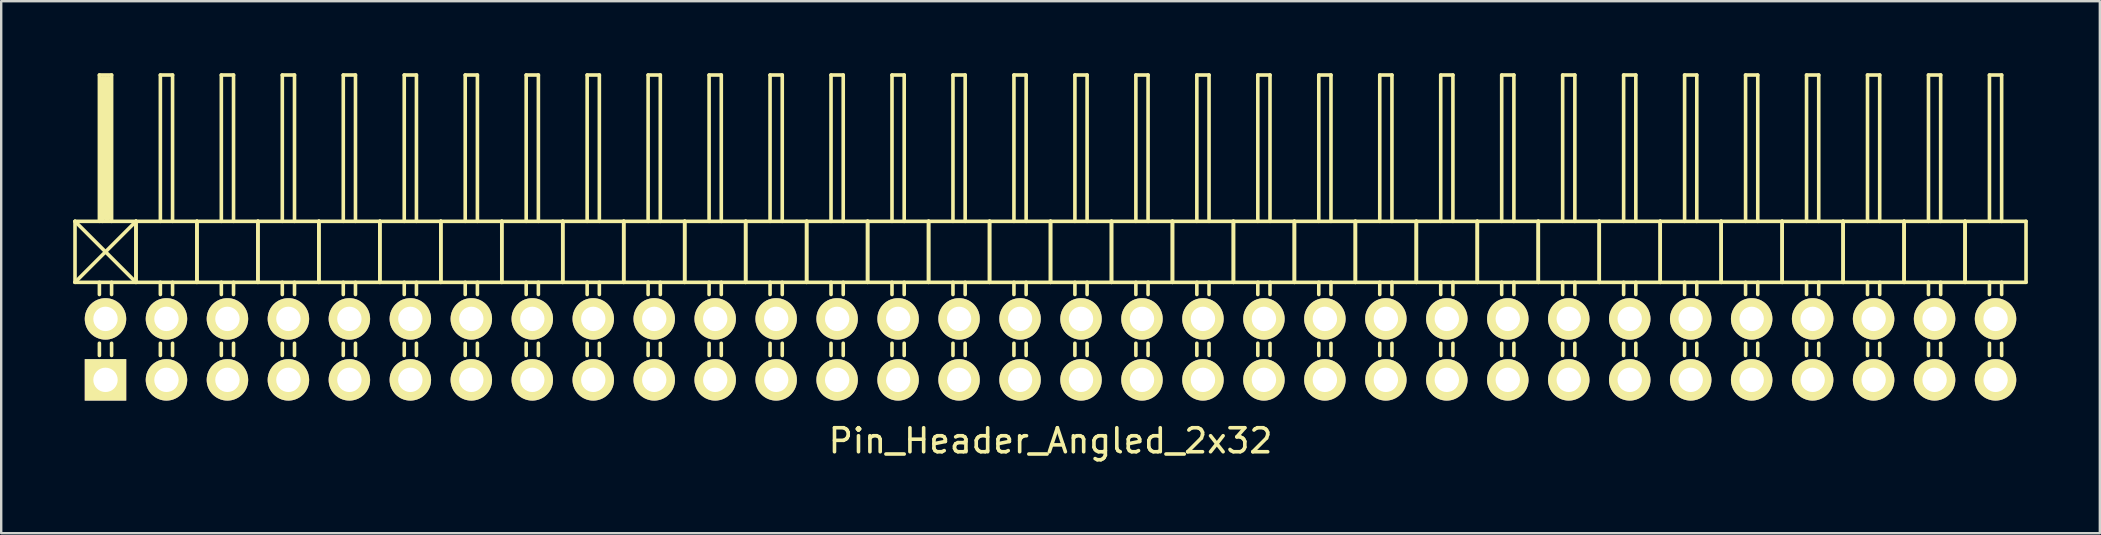
<source format=kicad_pcb>
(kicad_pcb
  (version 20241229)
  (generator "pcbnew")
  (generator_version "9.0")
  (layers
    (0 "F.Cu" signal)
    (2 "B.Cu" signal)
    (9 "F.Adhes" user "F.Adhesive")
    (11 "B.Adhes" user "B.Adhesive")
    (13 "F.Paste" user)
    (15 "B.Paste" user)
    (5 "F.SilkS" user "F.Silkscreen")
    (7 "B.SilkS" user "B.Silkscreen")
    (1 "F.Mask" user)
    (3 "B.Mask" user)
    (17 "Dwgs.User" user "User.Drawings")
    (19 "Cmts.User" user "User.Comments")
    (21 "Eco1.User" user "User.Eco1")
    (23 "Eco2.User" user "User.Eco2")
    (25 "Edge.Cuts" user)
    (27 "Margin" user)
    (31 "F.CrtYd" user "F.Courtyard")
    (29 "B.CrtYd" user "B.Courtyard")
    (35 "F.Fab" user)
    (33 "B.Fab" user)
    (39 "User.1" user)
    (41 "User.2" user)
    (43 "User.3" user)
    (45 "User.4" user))
  (footprint "Pin_Header_Angled_2x32"
    (layer "F.Cu")
    (at 40.715 11.505)
    (property "Reference" "Pin_Header_Angled_2x32" (at 0 3.81 0) (layer "F.SilkS") (effects (font (size 1 1) (thickness 0.15))))
    (attr through_hole)
    (fp_line (start -40.64 -5.334) (end -38.1 -2.794) (stroke (width 0.15) (type solid)) (layer "F.SilkS"))
    (fp_line (start -40.64 -2.794) (end -40.64 -5.334) (stroke (width 0.15) (type solid)) (layer "F.SilkS"))
    (fp_line (start -40.64 -2.794) (end -38.1 -5.334) (stroke (width 0.15) (type solid)) (layer "F.SilkS"))
    (fp_line (start -40.64 -2.794) (end -38.1 -2.794) (stroke (width 0.15) (type solid)) (layer "F.SilkS"))
    (fp_line (start -39.624 -11.43) (end -39.116 -11.43) (stroke (width 0.15) (type solid)) (layer "F.SilkS"))
    (fp_line (start -39.624 -5.334) (end -39.624 -11.43) (stroke (width 0.15) (type solid)) (layer "F.SilkS"))
    (fp_line (start -39.624 -2.794) (end -39.624 -2.286) (stroke (width 0.15) (type solid)) (layer "F.SilkS"))
    (fp_line (start -39.624 -0.254) (end -39.624 0.254) (stroke (width 0.15) (type solid)) (layer "F.SilkS"))
    (fp_line (start -39.497 -11.303) (end -39.243 -11.303) (stroke (width 0.15) (type solid)) (layer "F.SilkS"))
    (fp_line (start -39.497 -5.334) (end -39.497 -11.303) (stroke (width 0.15) (type solid)) (layer "F.SilkS"))
    (fp_line (start -39.37 -5.461) (end -39.37 -11.303) (stroke (width 0.15) (type solid)) (layer "F.SilkS"))
    (fp_line (start -39.243 -11.303) (end -39.243 -5.461) (stroke (width 0.15) (type solid)) (layer "F.SilkS"))
    (fp_line (start -39.243 -5.461) (end -39.37 -5.461) (stroke (width 0.15) (type solid)) (layer "F.SilkS"))
    (fp_line (start -39.116 -11.43) (end -39.116 -5.334) (stroke (width 0.15) (type solid)) (layer "F.SilkS"))
    (fp_line (start -39.116 -2.794) (end -39.116 -2.286) (stroke (width 0.15) (type solid)) (layer "F.SilkS"))
    (fp_line (start -39.116 -0.254) (end -39.116 0.254) (stroke (width 0.15) (type solid)) (layer "F.SilkS"))
    (fp_line (start -38.1 -5.334) (end -40.64 -5.334) (stroke (width 0.15) (type solid)) (layer "F.SilkS"))
    (fp_line (start -38.1 -2.794) (end -38.1 -5.334) (stroke (width 0.15) (type solid)) (layer "F.SilkS"))
    (fp_line (start -38.1 -2.794) (end -38.1 -5.334) (stroke (width 0.15) (type solid)) (layer "F.SilkS"))
    (fp_line (start -38.1 -2.794) (end -35.56 -2.794) (stroke (width 0.15) (type solid)) (layer "F.SilkS"))
    (fp_line (start -37.084 -11.43) (end -36.576 -11.43) (stroke (width 0.15) (type solid)) (layer "F.SilkS"))
    (fp_line (start -37.084 -5.334) (end -37.084 -11.43) (stroke (width 0.15) (type solid)) (layer "F.SilkS"))
    (fp_line (start -37.084 -2.794) (end -37.084 -2.286) (stroke (width 0.15) (type solid)) (layer "F.SilkS"))
    (fp_line (start -37.084 -0.254) (end -37.084 0.254) (stroke (width 0.15) (type solid)) (layer "F.SilkS"))
    (fp_line (start -36.576 -11.43) (end -36.576 -5.334) (stroke (width 0.15) (type solid)) (layer "F.SilkS"))
    (fp_line (start -36.576 -2.794) (end -36.576 -2.286) (stroke (width 0.15) (type solid)) (layer "F.SilkS"))
    (fp_line (start -36.576 -0.254) (end -36.576 0.254) (stroke (width 0.15) (type solid)) (layer "F.SilkS"))
    (fp_line (start -35.56 -5.334) (end -38.1 -5.334) (stroke (width 0.15) (type solid)) (layer "F.SilkS"))
    (fp_line (start -35.56 -2.794) (end -35.56 -5.334) (stroke (width 0.15) (type solid)) (layer "F.SilkS"))
    (fp_line (start -35.56 -2.794) (end -35.56 -5.334) (stroke (width 0.15) (type solid)) (layer "F.SilkS"))
    (fp_line (start -35.56 -2.794) (end -33.02 -2.794) (stroke (width 0.15) (type solid)) (layer "F.SilkS"))
    (fp_line (start -34.544 -11.43) (end -34.036 -11.43) (stroke (width 0.15) (type solid)) (layer "F.SilkS"))
    (fp_line (start -34.544 -5.334) (end -34.544 -11.43) (stroke (width 0.15) (type solid)) (layer "F.SilkS"))
    (fp_line (start -34.544 -2.794) (end -34.544 -2.286) (stroke (width 0.15) (type solid)) (layer "F.SilkS"))
    (fp_line (start -34.544 -0.254) (end -34.544 0.254) (stroke (width 0.15) (type solid)) (layer "F.SilkS"))
    (fp_line (start -34.036 -11.43) (end -34.036 -5.334) (stroke (width 0.15) (type solid)) (layer "F.SilkS"))
    (fp_line (start -34.036 -2.794) (end -34.036 -2.286) (stroke (width 0.15) (type solid)) (layer "F.SilkS"))
    (fp_line (start -34.036 -0.254) (end -34.036 0.254) (stroke (width 0.15) (type solid)) (layer "F.SilkS"))
    (fp_line (start -33.02 -5.334) (end -35.56 -5.334) (stroke (width 0.15) (type solid)) (layer "F.SilkS"))
    (fp_line (start -33.02 -2.794) (end -33.02 -5.334) (stroke (width 0.15) (type solid)) (layer "F.SilkS"))
    (fp_line (start -33.02 -2.794) (end -33.02 -5.334) (stroke (width 0.15) (type solid)) (layer "F.SilkS"))
    (fp_line (start -33.02 -2.794) (end -30.48 -2.794) (stroke (width 0.15) (type solid)) (layer "F.SilkS"))
    (fp_line (start -32.004 -11.43) (end -31.496 -11.43) (stroke (width 0.15) (type solid)) (layer "F.SilkS"))
    (fp_line (start -32.004 -5.334) (end -32.004 -11.43) (stroke (width 0.15) (type solid)) (layer "F.SilkS"))
    (fp_line (start -32.004 -2.794) (end -32.004 -2.286) (stroke (width 0.15) (type solid)) (layer "F.SilkS"))
    (fp_line (start -32.004 -0.254) (end -32.004 0.254) (stroke (width 0.15) (type solid)) (layer "F.SilkS"))
    (fp_line (start -31.496 -11.43) (end -31.496 -5.334) (stroke (width 0.15) (type solid)) (layer "F.SilkS"))
    (fp_line (start -31.496 -2.794) (end -31.496 -2.286) (stroke (width 0.15) (type solid)) (layer "F.SilkS"))
    (fp_line (start -31.496 -0.254) (end -31.496 0.254) (stroke (width 0.15) (type solid)) (layer "F.SilkS"))
    (fp_line (start -30.48 -5.334) (end -33.02 -5.334) (stroke (width 0.15) (type solid)) (layer "F.SilkS"))
    (fp_line (start -30.48 -2.794) (end -30.48 -5.334) (stroke (width 0.15) (type solid)) (layer "F.SilkS"))
    (fp_line (start -30.48 -2.794) (end -30.48 -5.334) (stroke (width 0.15) (type solid)) (layer "F.SilkS"))
    (fp_line (start -30.48 -2.794) (end -27.94 -2.794) (stroke (width 0.15) (type solid)) (layer "F.SilkS"))
    (fp_line (start -29.464 -11.43) (end -28.956 -11.43) (stroke (width 0.15) (type solid)) (layer "F.SilkS"))
    (fp_line (start -29.464 -5.334) (end -29.464 -11.43) (stroke (width 0.15) (type solid)) (layer "F.SilkS"))
    (fp_line (start -29.464 -2.794) (end -29.464 -2.286) (stroke (width 0.15) (type solid)) (layer "F.SilkS"))
    (fp_line (start -29.464 -0.254) (end -29.464 0.254) (stroke (width 0.15) (type solid)) (layer "F.SilkS"))
    (fp_line (start -28.956 -11.43) (end -28.956 -5.334) (stroke (width 0.15) (type solid)) (layer "F.SilkS"))
    (fp_line (start -28.956 -2.794) (end -28.956 -2.286) (stroke (width 0.15) (type solid)) (layer "F.SilkS"))
    (fp_line (start -28.956 -0.254) (end -28.956 0.254) (stroke (width 0.15) (type solid)) (layer "F.SilkS"))
    (fp_line (start -27.94 -5.334) (end -30.48 -5.334) (stroke (width 0.15) (type solid)) (layer "F.SilkS"))
    (fp_line (start -27.94 -2.794) (end -27.94 -5.334) (stroke (width 0.15) (type solid)) (layer "F.SilkS"))
    (fp_line (start -27.94 -2.794) (end -27.94 -5.334) (stroke (width 0.15) (type solid)) (layer "F.SilkS"))
    (fp_line (start -27.94 -2.794) (end -25.4 -2.794) (stroke (width 0.15) (type solid)) (layer "F.SilkS"))
    (fp_line (start -26.924 -11.43) (end -26.416 -11.43) (stroke (width 0.15) (type solid)) (layer "F.SilkS"))
    (fp_line (start -26.924 -5.334) (end -26.924 -11.43) (stroke (width 0.15) (type solid)) (layer "F.SilkS"))
    (fp_line (start -26.924 -2.794) (end -26.924 -2.286) (stroke (width 0.15) (type solid)) (layer "F.SilkS"))
    (fp_line (start -26.924 -0.254) (end -26.924 0.254) (stroke (width 0.15) (type solid)) (layer "F.SilkS"))
    (fp_line (start -26.416 -11.43) (end -26.416 -5.334) (stroke (width 0.15) (type solid)) (layer "F.SilkS"))
    (fp_line (start -26.416 -2.794) (end -26.416 -2.286) (stroke (width 0.15) (type solid)) (layer "F.SilkS"))
    (fp_line (start -26.416 -0.254) (end -26.416 0.254) (stroke (width 0.15) (type solid)) (layer "F.SilkS"))
    (fp_line (start -25.4 -5.334) (end -27.94 -5.334) (stroke (width 0.15) (type solid)) (layer "F.SilkS"))
    (fp_line (start -25.4 -2.794) (end -25.4 -5.334) (stroke (width 0.15) (type solid)) (layer "F.SilkS"))
    (fp_line (start -25.4 -2.794) (end -25.4 -5.334) (stroke (width 0.15) (type solid)) (layer "F.SilkS"))
    (fp_line (start -25.4 -2.794) (end -22.86 -2.794) (stroke (width 0.15) (type solid)) (layer "F.SilkS"))
    (fp_line (start -24.384 -11.43) (end -23.876 -11.43) (stroke (width 0.15) (type solid)) (layer "F.SilkS"))
    (fp_line (start -24.384 -5.334) (end -24.384 -11.43) (stroke (width 0.15) (type solid)) (layer "F.SilkS"))
    (fp_line (start -24.384 -2.794) (end -24.384 -2.286) (stroke (width 0.15) (type solid)) (layer "F.SilkS"))
    (fp_line (start -24.384 -0.254) (end -24.384 0.254) (stroke (width 0.15) (type solid)) (layer "F.SilkS"))
    (fp_line (start -23.876 -11.43) (end -23.876 -5.334) (stroke (width 0.15) (type solid)) (layer "F.SilkS"))
    (fp_line (start -23.876 -2.794) (end -23.876 -2.286) (stroke (width 0.15) (type solid)) (layer "F.SilkS"))
    (fp_line (start -23.876 -0.254) (end -23.876 0.254) (stroke (width 0.15) (type solid)) (layer "F.SilkS"))
    (fp_line (start -22.86 -5.334) (end -25.4 -5.334) (stroke (width 0.15) (type solid)) (layer "F.SilkS"))
    (fp_line (start -22.86 -2.794) (end -22.86 -5.334) (stroke (width 0.15) (type solid)) (layer "F.SilkS"))
    (fp_line (start -22.86 -2.794) (end -22.86 -5.334) (stroke (width 0.15) (type solid)) (layer "F.SilkS"))
    (fp_line (start -22.86 -2.794) (end -20.32 -2.794) (stroke (width 0.15) (type solid)) (layer "F.SilkS"))
    (fp_line (start -21.844 -11.43) (end -21.336 -11.43) (stroke (width 0.15) (type solid)) (layer "F.SilkS"))
    (fp_line (start -21.844 -5.334) (end -21.844 -11.43) (stroke (width 0.15) (type solid)) (layer "F.SilkS"))
    (fp_line (start -21.844 -2.794) (end -21.844 -2.286) (stroke (width 0.15) (type solid)) (layer "F.SilkS"))
    (fp_line (start -21.844 -0.254) (end -21.844 0.254) (stroke (width 0.15) (type solid)) (layer "F.SilkS"))
    (fp_line (start -21.336 -11.43) (end -21.336 -5.334) (stroke (width 0.15) (type solid)) (layer "F.SilkS"))
    (fp_line (start -21.336 -2.794) (end -21.336 -2.286) (stroke (width 0.15) (type solid)) (layer "F.SilkS"))
    (fp_line (start -21.336 -0.254) (end -21.336 0.254) (stroke (width 0.15) (type solid)) (layer "F.SilkS"))
    (fp_line (start -20.32 -5.334) (end -22.86 -5.334) (stroke (width 0.15) (type solid)) (layer "F.SilkS"))
    (fp_line (start -20.32 -2.794) (end -20.32 -5.334) (stroke (width 0.15) (type solid)) (layer "F.SilkS"))
    (fp_line (start -20.32 -2.794) (end -20.32 -5.334) (stroke (width 0.15) (type solid)) (layer "F.SilkS"))
    (fp_line (start -20.32 -2.794) (end -17.78 -2.794) (stroke (width 0.15) (type solid)) (layer "F.SilkS"))
    (fp_line (start -19.304 -11.43) (end -18.796 -11.43) (stroke (width 0.15) (type solid)) (layer "F.SilkS"))
    (fp_line (start -19.304 -5.334) (end -19.304 -11.43) (stroke (width 0.15) (type solid)) (layer "F.SilkS"))
    (fp_line (start -19.304 -2.794) (end -19.304 -2.286) (stroke (width 0.15) (type solid)) (layer "F.SilkS"))
    (fp_line (start -19.304 -0.254) (end -19.304 0.254) (stroke (width 0.15) (type solid)) (layer "F.SilkS"))
    (fp_line (start -18.796 -11.43) (end -18.796 -5.334) (stroke (width 0.15) (type solid)) (layer "F.SilkS"))
    (fp_line (start -18.796 -2.794) (end -18.796 -2.286) (stroke (width 0.15) (type solid)) (layer "F.SilkS"))
    (fp_line (start -18.796 -0.254) (end -18.796 0.254) (stroke (width 0.15) (type solid)) (layer "F.SilkS"))
    (fp_line (start -17.78 -5.334) (end -20.32 -5.334) (stroke (width 0.15) (type solid)) (layer "F.SilkS"))
    (fp_line (start -17.78 -2.794) (end -17.78 -5.334) (stroke (width 0.15) (type solid)) (layer "F.SilkS"))
    (fp_line (start -17.78 -2.794) (end -17.78 -5.334) (stroke (width 0.15) (type solid)) (layer "F.SilkS"))
    (fp_line (start -17.78 -2.794) (end -15.24 -2.794) (stroke (width 0.15) (type solid)) (layer "F.SilkS"))
    (fp_line (start -16.764 -11.43) (end -16.256 -11.43) (stroke (width 0.15) (type solid)) (layer "F.SilkS"))
    (fp_line (start -16.764 -5.334) (end -16.764 -11.43) (stroke (width 0.15) (type solid)) (layer "F.SilkS"))
    (fp_line (start -16.764 -2.794) (end -16.764 -2.286) (stroke (width 0.15) (type solid)) (layer "F.SilkS"))
    (fp_line (start -16.764 -0.254) (end -16.764 0.254) (stroke (width 0.15) (type solid)) (layer "F.SilkS"))
    (fp_line (start -16.256 -11.43) (end -16.256 -5.334) (stroke (width 0.15) (type solid)) (layer "F.SilkS"))
    (fp_line (start -16.256 -2.794) (end -16.256 -2.286) (stroke (width 0.15) (type solid)) (layer "F.SilkS"))
    (fp_line (start -16.256 -0.254) (end -16.256 0.254) (stroke (width 0.15) (type solid)) (layer "F.SilkS"))
    (fp_line (start -15.24 -5.334) (end -17.78 -5.334) (stroke (width 0.15) (type solid)) (layer "F.SilkS"))
    (fp_line (start -15.24 -2.794) (end -15.24 -5.334) (stroke (width 0.15) (type solid)) (layer "F.SilkS"))
    (fp_line (start -15.24 -2.794) (end -15.24 -5.334) (stroke (width 0.15) (type solid)) (layer "F.SilkS"))
    (fp_line (start -15.24 -2.794) (end -12.7 -2.794) (stroke (width 0.15) (type solid)) (layer "F.SilkS"))
    (fp_line (start -14.224 -11.43) (end -13.716 -11.43) (stroke (width 0.15) (type solid)) (layer "F.SilkS"))
    (fp_line (start -14.224 -5.334) (end -14.224 -11.43) (stroke (width 0.15) (type solid)) (layer "F.SilkS"))
    (fp_line (start -14.224 -2.794) (end -14.224 -2.286) (stroke (width 0.15) (type solid)) (layer "F.SilkS"))
    (fp_line (start -14.224 -0.254) (end -14.224 0.254) (stroke (width 0.15) (type solid)) (layer "F.SilkS"))
    (fp_line (start -13.716 -11.43) (end -13.716 -5.334) (stroke (width 0.15) (type solid)) (layer "F.SilkS"))
    (fp_line (start -13.716 -2.794) (end -13.716 -2.286) (stroke (width 0.15) (type solid)) (layer "F.SilkS"))
    (fp_line (start -13.716 -0.254) (end -13.716 0.254) (stroke (width 0.15) (type solid)) (layer "F.SilkS"))
    (fp_line (start -12.7 -5.334) (end -15.24 -5.334) (stroke (width 0.15) (type solid)) (layer "F.SilkS"))
    (fp_line (start -12.7 -2.794) (end -12.7 -5.334) (stroke (width 0.15) (type solid)) (layer "F.SilkS"))
    (fp_line (start -12.7 -2.794) (end -12.7 -5.334) (stroke (width 0.15) (type solid)) (layer "F.SilkS"))
    (fp_line (start -12.7 -2.794) (end -10.16 -2.794) (stroke (width 0.15) (type solid)) (layer "F.SilkS"))
    (fp_line (start -11.684 -11.43) (end -11.176 -11.43) (stroke (width 0.15) (type solid)) (layer "F.SilkS"))
    (fp_line (start -11.684 -5.334) (end -11.684 -11.43) (stroke (width 0.15) (type solid)) (layer "F.SilkS"))
    (fp_line (start -11.684 -2.794) (end -11.684 -2.286) (stroke (width 0.15) (type solid)) (layer "F.SilkS"))
    (fp_line (start -11.684 -0.254) (end -11.684 0.254) (stroke (width 0.15) (type solid)) (layer "F.SilkS"))
    (fp_line (start -11.176 -11.43) (end -11.176 -5.334) (stroke (width 0.15) (type solid)) (layer "F.SilkS"))
    (fp_line (start -11.176 -2.794) (end -11.176 -2.286) (stroke (width 0.15) (type solid)) (layer "F.SilkS"))
    (fp_line (start -11.176 -0.254) (end -11.176 0.254) (stroke (width 0.15) (type solid)) (layer "F.SilkS"))
    (fp_line (start -10.16 -5.334) (end -12.7 -5.334) (stroke (width 0.15) (type solid)) (layer "F.SilkS"))
    (fp_line (start -10.16 -2.794) (end -10.16 -5.334) (stroke (width 0.15) (type solid)) (layer "F.SilkS"))
    (fp_line (start -10.16 -2.794) (end -10.16 -5.334) (stroke (width 0.15) (type solid)) (layer "F.SilkS"))
    (fp_line (start -10.16 -2.794) (end -7.62 -2.794) (stroke (width 0.15) (type solid)) (layer "F.SilkS"))
    (fp_line (start -9.144 -11.43) (end -8.636 -11.43) (stroke (width 0.15) (type solid)) (layer "F.SilkS"))
    (fp_line (start -9.144 -5.334) (end -9.144 -11.43) (stroke (width 0.15) (type solid)) (layer "F.SilkS"))
    (fp_line (start -9.144 -2.794) (end -9.144 -2.286) (stroke (width 0.15) (type solid)) (layer "F.SilkS"))
    (fp_line (start -9.144 -0.254) (end -9.144 0.254) (stroke (width 0.15) (type solid)) (layer "F.SilkS"))
    (fp_line (start -8.636 -11.43) (end -8.636 -5.334) (stroke (width 0.15) (type solid)) (layer "F.SilkS"))
    (fp_line (start -8.636 -2.794) (end -8.636 -2.286) (stroke (width 0.15) (type solid)) (layer "F.SilkS"))
    (fp_line (start -8.636 -0.254) (end -8.636 0.254) (stroke (width 0.15) (type solid)) (layer "F.SilkS"))
    (fp_line (start -7.62 -5.334) (end -10.16 -5.334) (stroke (width 0.15) (type solid)) (layer "F.SilkS"))
    (fp_line (start -7.62 -2.794) (end -7.62 -5.334) (stroke (width 0.15) (type solid)) (layer "F.SilkS"))
    (fp_line (start -7.62 -2.794) (end -7.62 -5.334) (stroke (width 0.15) (type solid)) (layer "F.SilkS"))
    (fp_line (start -7.62 -2.794) (end -5.08 -2.794) (stroke (width 0.15) (type solid)) (layer "F.SilkS"))
    (fp_line (start -6.604 -11.43) (end -6.096 -11.43) (stroke (width 0.15) (type solid)) (layer "F.SilkS"))
    (fp_line (start -6.604 -5.334) (end -6.604 -11.43) (stroke (width 0.15) (type solid)) (layer "F.SilkS"))
    (fp_line (start -6.604 -2.794) (end -6.604 -2.286) (stroke (width 0.15) (type solid)) (layer "F.SilkS"))
    (fp_line (start -6.604 -0.254) (end -6.604 0.254) (stroke (width 0.15) (type solid)) (layer "F.SilkS"))
    (fp_line (start -6.096 -11.43) (end -6.096 -5.334) (stroke (width 0.15) (type solid)) (layer "F.SilkS"))
    (fp_line (start -6.096 -2.794) (end -6.096 -2.286) (stroke (width 0.15) (type solid)) (layer "F.SilkS"))
    (fp_line (start -6.096 -0.254) (end -6.096 0.254) (stroke (width 0.15) (type solid)) (layer "F.SilkS"))
    (fp_line (start -5.08 -5.334) (end -7.62 -5.334) (stroke (width 0.15) (type solid)) (layer "F.SilkS"))
    (fp_line (start -5.08 -2.794) (end -5.08 -5.334) (stroke (width 0.15) (type solid)) (layer "F.SilkS"))
    (fp_line (start -5.08 -2.794) (end -5.08 -5.334) (stroke (width 0.15) (type solid)) (layer "F.SilkS"))
    (fp_line (start -5.08 -2.794) (end -2.54 -2.794) (stroke (width 0.15) (type solid)) (layer "F.SilkS"))
    (fp_line (start -4.064 -11.43) (end -3.556 -11.43) (stroke (width 0.15) (type solid)) (layer "F.SilkS"))
    (fp_line (start -4.064 -5.334) (end -4.064 -11.43) (stroke (width 0.15) (type solid)) (layer "F.SilkS"))
    (fp_line (start -4.064 -2.794) (end -4.064 -2.286) (stroke (width 0.15) (type solid)) (layer "F.SilkS"))
    (fp_line (start -4.064 -0.254) (end -4.064 0.254) (stroke (width 0.15) (type solid)) (layer "F.SilkS"))
    (fp_line (start -3.556 -11.43) (end -3.556 -5.334) (stroke (width 0.15) (type solid)) (layer "F.SilkS"))
    (fp_line (start -3.556 -2.794) (end -3.556 -2.286) (stroke (width 0.15) (type solid)) (layer "F.SilkS"))
    (fp_line (start -3.556 -0.254) (end -3.556 0.254) (stroke (width 0.15) (type solid)) (layer "F.SilkS"))
    (fp_line (start -2.54 -5.334) (end -5.08 -5.334) (stroke (width 0.15) (type solid)) (layer "F.SilkS"))
    (fp_line (start -2.54 -2.794) (end -2.54 -5.334) (stroke (width 0.15) (type solid)) (layer "F.SilkS"))
    (fp_line (start -2.54 -2.794) (end -2.54 -5.334) (stroke (width 0.15) (type solid)) (layer "F.SilkS"))
    (fp_line (start -2.54 -2.794) (end 0 -2.794) (stroke (width 0.15) (type solid)) (layer "F.SilkS"))
    (fp_line (start -1.524 -11.43) (end -1.016 -11.43) (stroke (width 0.15) (type solid)) (layer "F.SilkS"))
    (fp_line (start -1.524 -5.334) (end -1.524 -11.43) (stroke (width 0.15) (type solid)) (layer "F.SilkS"))
    (fp_line (start -1.524 -2.794) (end -1.524 -2.286) (stroke (width 0.15) (type solid)) (layer "F.SilkS"))
    (fp_line (start -1.524 -0.254) (end -1.524 0.254) (stroke (width 0.15) (type solid)) (layer "F.SilkS"))
    (fp_line (start -1.016 -11.43) (end -1.016 -5.334) (stroke (width 0.15) (type solid)) (layer "F.SilkS"))
    (fp_line (start -1.016 -2.794) (end -1.016 -2.286) (stroke (width 0.15) (type solid)) (layer "F.SilkS"))
    (fp_line (start -1.016 -0.254) (end -1.016 0.254) (stroke (width 0.15) (type solid)) (layer "F.SilkS"))
    (fp_line (start 0 -5.334) (end -2.54 -5.334) (stroke (width 0.15) (type solid)) (layer "F.SilkS"))
    (fp_line (start 0 -2.794) (end 0 -5.334) (stroke (width 0.15) (type solid)) (layer "F.SilkS"))
    (fp_line (start 0 -2.794) (end 0 -5.334) (stroke (width 0.15) (type solid)) (layer "F.SilkS"))
    (fp_line (start 0 -2.794) (end 2.54 -2.794) (stroke (width 0.15) (type solid)) (layer "F.SilkS"))
    (fp_line (start 1.016 -11.43) (end 1.524 -11.43) (stroke (width 0.15) (type solid)) (layer "F.SilkS"))
    (fp_line (start 1.016 -5.334) (end 1.016 -11.43) (stroke (width 0.15) (type solid)) (layer "F.SilkS"))
    (fp_line (start 1.016 -2.794) (end 1.016 -2.286) (stroke (width 0.15) (type solid)) (layer "F.SilkS"))
    (fp_line (start 1.016 -0.254) (end 1.016 0.254) (stroke (width 0.15) (type solid)) (layer "F.SilkS"))
    (fp_line (start 1.524 -11.43) (end 1.524 -5.334) (stroke (width 0.15) (type solid)) (layer "F.SilkS"))
    (fp_line (start 1.524 -2.794) (end 1.524 -2.286) (stroke (width 0.15) (type solid)) (layer "F.SilkS"))
    (fp_line (start 1.524 -0.254) (end 1.524 0.254) (stroke (width 0.15) (type solid)) (layer "F.SilkS"))
    (fp_line (start 2.54 -5.334) (end 0 -5.334) (stroke (width 0.15) (type solid)) (layer "F.SilkS"))
    (fp_line (start 2.54 -2.794) (end 2.54 -5.334) (stroke (width 0.15) (type solid)) (layer "F.SilkS"))
    (fp_line (start 2.54 -2.794) (end 2.54 -5.334) (stroke (width 0.15) (type solid)) (layer "F.SilkS"))
    (fp_line (start 2.54 -2.794) (end 5.08 -2.794) (stroke (width 0.15) (type solid)) (layer "F.SilkS"))
    (fp_line (start 3.556 -11.43) (end 4.064 -11.43) (stroke (width 0.15) (type solid)) (layer "F.SilkS"))
    (fp_line (start 3.556 -5.334) (end 3.556 -11.43) (stroke (width 0.15) (type solid)) (layer "F.SilkS"))
    (fp_line (start 3.556 -2.794) (end 3.556 -2.286) (stroke (width 0.15) (type solid)) (layer "F.SilkS"))
    (fp_line (start 3.556 -0.254) (end 3.556 0.254) (stroke (width 0.15) (type solid)) (layer "F.SilkS"))
    (fp_line (start 4.064 -11.43) (end 4.064 -5.334) (stroke (width 0.15) (type solid)) (layer "F.SilkS"))
    (fp_line (start 4.064 -2.794) (end 4.064 -2.286) (stroke (width 0.15) (type solid)) (layer "F.SilkS"))
    (fp_line (start 4.064 -0.254) (end 4.064 0.254) (stroke (width 0.15) (type solid)) (layer "F.SilkS"))
    (fp_line (start 5.08 -5.334) (end 2.54 -5.334) (stroke (width 0.15) (type solid)) (layer "F.SilkS"))
    (fp_line (start 5.08 -2.794) (end 5.08 -5.334) (stroke (width 0.15) (type solid)) (layer "F.SilkS"))
    (fp_line (start 5.08 -2.794) (end 5.08 -5.334) (stroke (width 0.15) (type solid)) (layer "F.SilkS"))
    (fp_line (start 5.08 -2.794) (end 7.62 -2.794) (stroke (width 0.15) (type solid)) (layer "F.SilkS"))
    (fp_line (start 6.096 -11.43) (end 6.604 -11.43) (stroke (width 0.15) (type solid)) (layer "F.SilkS"))
    (fp_line (start 6.096 -5.334) (end 6.096 -11.43) (stroke (width 0.15) (type solid)) (layer "F.SilkS"))
    (fp_line (start 6.096 -2.794) (end 6.096 -2.286) (stroke (width 0.15) (type solid)) (layer "F.SilkS"))
    (fp_line (start 6.096 -0.254) (end 6.096 0.254) (stroke (width 0.15) (type solid)) (layer "F.SilkS"))
    (fp_line (start 6.604 -11.43) (end 6.604 -5.334) (stroke (width 0.15) (type solid)) (layer "F.SilkS"))
    (fp_line (start 6.604 -2.794) (end 6.604 -2.286) (stroke (width 0.15) (type solid)) (layer "F.SilkS"))
    (fp_line (start 6.604 -0.254) (end 6.604 0.254) (stroke (width 0.15) (type solid)) (layer "F.SilkS"))
    (fp_line (start 7.62 -5.334) (end 5.08 -5.334) (stroke (width 0.15) (type solid)) (layer "F.SilkS"))
    (fp_line (start 7.62 -2.794) (end 7.62 -5.334) (stroke (width 0.15) (type solid)) (layer "F.SilkS"))
    (fp_line (start 7.62 -2.794) (end 7.62 -5.334) (stroke (width 0.15) (type solid)) (layer "F.SilkS"))
    (fp_line (start 7.62 -2.794) (end 10.16 -2.794) (stroke (width 0.15) (type solid)) (layer "F.SilkS"))
    (fp_line (start 8.636 -11.43) (end 9.144 -11.43) (stroke (width 0.15) (type solid)) (layer "F.SilkS"))
    (fp_line (start 8.636 -5.334) (end 8.636 -11.43) (stroke (width 0.15) (type solid)) (layer "F.SilkS"))
    (fp_line (start 8.636 -2.794) (end 8.636 -2.286) (stroke (width 0.15) (type solid)) (layer "F.SilkS"))
    (fp_line (start 8.636 -0.254) (end 8.636 0.254) (stroke (width 0.15) (type solid)) (layer "F.SilkS"))
    (fp_line (start 9.144 -11.43) (end 9.144 -5.334) (stroke (width 0.15) (type solid)) (layer "F.SilkS"))
    (fp_line (start 9.144 -2.794) (end 9.144 -2.286) (stroke (width 0.15) (type solid)) (layer "F.SilkS"))
    (fp_line (start 9.144 -0.254) (end 9.144 0.254) (stroke (width 0.15) (type solid)) (layer "F.SilkS"))
    (fp_line (start 10.16 -5.334) (end 7.62 -5.334) (stroke (width 0.15) (type solid)) (layer "F.SilkS"))
    (fp_line (start 10.16 -2.794) (end 10.16 -5.334) (stroke (width 0.15) (type solid)) (layer "F.SilkS"))
    (fp_line (start 10.16 -2.794) (end 10.16 -5.334) (stroke (width 0.15) (type solid)) (layer "F.SilkS"))
    (fp_line (start 10.16 -2.794) (end 12.7 -2.794) (stroke (width 0.15) (type solid)) (layer "F.SilkS"))
    (fp_line (start 11.176 -11.43) (end 11.684 -11.43) (stroke (width 0.15) (type solid)) (layer "F.SilkS"))
    (fp_line (start 11.176 -5.334) (end 11.176 -11.43) (stroke (width 0.15) (type solid)) (layer "F.SilkS"))
    (fp_line (start 11.176 -2.794) (end 11.176 -2.286) (stroke (width 0.15) (type solid)) (layer "F.SilkS"))
    (fp_line (start 11.176 -0.254) (end 11.176 0.254) (stroke (width 0.15) (type solid)) (layer "F.SilkS"))
    (fp_line (start 11.684 -11.43) (end 11.684 -5.334) (stroke (width 0.15) (type solid)) (layer "F.SilkS"))
    (fp_line (start 11.684 -2.794) (end 11.684 -2.286) (stroke (width 0.15) (type solid)) (layer "F.SilkS"))
    (fp_line (start 11.684 -0.254) (end 11.684 0.254) (stroke (width 0.15) (type solid)) (layer "F.SilkS"))
    (fp_line (start 12.7 -5.334) (end 10.16 -5.334) (stroke (width 0.15) (type solid)) (layer "F.SilkS"))
    (fp_line (start 12.7 -2.794) (end 12.7 -5.334) (stroke (width 0.15) (type solid)) (layer "F.SilkS"))
    (fp_line (start 12.7 -2.794) (end 12.7 -5.334) (stroke (width 0.15) (type solid)) (layer "F.SilkS"))
    (fp_line (start 12.7 -2.794) (end 15.24 -2.794) (stroke (width 0.15) (type solid)) (layer "F.SilkS"))
    (fp_line (start 13.716 -11.43) (end 14.224 -11.43) (stroke (width 0.15) (type solid)) (layer "F.SilkS"))
    (fp_line (start 13.716 -5.334) (end 13.716 -11.43) (stroke (width 0.15) (type solid)) (layer "F.SilkS"))
    (fp_line (start 13.716 -2.794) (end 13.716 -2.286) (stroke (width 0.15) (type solid)) (layer "F.SilkS"))
    (fp_line (start 13.716 -0.254) (end 13.716 0.254) (stroke (width 0.15) (type solid)) (layer "F.SilkS"))
    (fp_line (start 14.224 -11.43) (end 14.224 -5.334) (stroke (width 0.15) (type solid)) (layer "F.SilkS"))
    (fp_line (start 14.224 -2.794) (end 14.224 -2.286) (stroke (width 0.15) (type solid)) (layer "F.SilkS"))
    (fp_line (start 14.224 -0.254) (end 14.224 0.254) (stroke (width 0.15) (type solid)) (layer "F.SilkS"))
    (fp_line (start 15.24 -5.334) (end 12.7 -5.334) (stroke (width 0.15) (type solid)) (layer "F.SilkS"))
    (fp_line (start 15.24 -2.794) (end 15.24 -5.334) (stroke (width 0.15) (type solid)) (layer "F.SilkS"))
    (fp_line (start 15.24 -2.794) (end 15.24 -5.334) (stroke (width 0.15) (type solid)) (layer "F.SilkS"))
    (fp_line (start 15.24 -2.794) (end 17.78 -2.794) (stroke (width 0.15) (type solid)) (layer "F.SilkS"))
    (fp_line (start 16.256 -11.43) (end 16.764 -11.43) (stroke (width 0.15) (type solid)) (layer "F.SilkS"))
    (fp_line (start 16.256 -5.334) (end 16.256 -11.43) (stroke (width 0.15) (type solid)) (layer "F.SilkS"))
    (fp_line (start 16.256 -2.794) (end 16.256 -2.286) (stroke (width 0.15) (type solid)) (layer "F.SilkS"))
    (fp_line (start 16.256 -0.254) (end 16.256 0.254) (stroke (width 0.15) (type solid)) (layer "F.SilkS"))
    (fp_line (start 16.764 -11.43) (end 16.764 -5.334) (stroke (width 0.15) (type solid)) (layer "F.SilkS"))
    (fp_line (start 16.764 -2.794) (end 16.764 -2.286) (stroke (width 0.15) (type solid)) (layer "F.SilkS"))
    (fp_line (start 16.764 -0.254) (end 16.764 0.254) (stroke (width 0.15) (type solid)) (layer "F.SilkS"))
    (fp_line (start 17.78 -5.334) (end 15.24 -5.334) (stroke (width 0.15) (type solid)) (layer "F.SilkS"))
    (fp_line (start 17.78 -2.794) (end 17.78 -5.334) (stroke (width 0.15) (type solid)) (layer "F.SilkS"))
    (fp_line (start 17.78 -2.794) (end 17.78 -5.334) (stroke (width 0.15) (type solid)) (layer "F.SilkS"))
    (fp_line (start 17.78 -2.794) (end 20.32 -2.794) (stroke (width 0.15) (type solid)) (layer "F.SilkS"))
    (fp_line (start 18.796 -11.43) (end 19.304 -11.43) (stroke (width 0.15) (type solid)) (layer "F.SilkS"))
    (fp_line (start 18.796 -5.334) (end 18.796 -11.43) (stroke (width 0.15) (type solid)) (layer "F.SilkS"))
    (fp_line (start 18.796 -2.794) (end 18.796 -2.286) (stroke (width 0.15) (type solid)) (layer "F.SilkS"))
    (fp_line (start 18.796 -0.254) (end 18.796 0.254) (stroke (width 0.15) (type solid)) (layer "F.SilkS"))
    (fp_line (start 19.304 -11.43) (end 19.304 -5.334) (stroke (width 0.15) (type solid)) (layer "F.SilkS"))
    (fp_line (start 19.304 -2.794) (end 19.304 -2.286) (stroke (width 0.15) (type solid)) (layer "F.SilkS"))
    (fp_line (start 19.304 -0.254) (end 19.304 0.254) (stroke (width 0.15) (type solid)) (layer "F.SilkS"))
    (fp_line (start 20.32 -5.334) (end 17.78 -5.334) (stroke (width 0.15) (type solid)) (layer "F.SilkS"))
    (fp_line (start 20.32 -2.794) (end 20.32 -5.334) (stroke (width 0.15) (type solid)) (layer "F.SilkS"))
    (fp_line (start 20.32 -2.794) (end 20.32 -5.334) (stroke (width 0.15) (type solid)) (layer "F.SilkS"))
    (fp_line (start 20.32 -2.794) (end 22.86 -2.794) (stroke (width 0.15) (type solid)) (layer "F.SilkS"))
    (fp_line (start 21.336 -11.43) (end 21.844 -11.43) (stroke (width 0.15) (type solid)) (layer "F.SilkS"))
    (fp_line (start 21.336 -5.334) (end 21.336 -11.43) (stroke (width 0.15) (type solid)) (layer "F.SilkS"))
    (fp_line (start 21.336 -2.794) (end 21.336 -2.286) (stroke (width 0.15) (type solid)) (layer "F.SilkS"))
    (fp_line (start 21.336 -0.254) (end 21.336 0.254) (stroke (width 0.15) (type solid)) (layer "F.SilkS"))
    (fp_line (start 21.844 -11.43) (end 21.844 -5.334) (stroke (width 0.15) (type solid)) (layer "F.SilkS"))
    (fp_line (start 21.844 -2.794) (end 21.844 -2.286) (stroke (width 0.15) (type solid)) (layer "F.SilkS"))
    (fp_line (start 21.844 -0.254) (end 21.844 0.254) (stroke (width 0.15) (type solid)) (layer "F.SilkS"))
    (fp_line (start 22.86 -5.334) (end 20.32 -5.334) (stroke (width 0.15) (type solid)) (layer "F.SilkS"))
    (fp_line (start 22.86 -2.794) (end 22.86 -5.334) (stroke (width 0.15) (type solid)) (layer "F.SilkS"))
    (fp_line (start 22.86 -2.794) (end 22.86 -5.334) (stroke (width 0.15) (type solid)) (layer "F.SilkS"))
    (fp_line (start 22.86 -2.794) (end 25.4 -2.794) (stroke (width 0.15) (type solid)) (layer "F.SilkS"))
    (fp_line (start 23.876 -11.43) (end 24.384 -11.43) (stroke (width 0.15) (type solid)) (layer "F.SilkS"))
    (fp_line (start 23.876 -5.334) (end 23.876 -11.43) (stroke (width 0.15) (type solid)) (layer "F.SilkS"))
    (fp_line (start 23.876 -2.794) (end 23.876 -2.286) (stroke (width 0.15) (type solid)) (layer "F.SilkS"))
    (fp_line (start 23.876 -0.254) (end 23.876 0.254) (stroke (width 0.15) (type solid)) (layer "F.SilkS"))
    (fp_line (start 24.384 -11.43) (end 24.384 -5.334) (stroke (width 0.15) (type solid)) (layer "F.SilkS"))
    (fp_line (start 24.384 -2.794) (end 24.384 -2.286) (stroke (width 0.15) (type solid)) (layer "F.SilkS"))
    (fp_line (start 24.384 -0.254) (end 24.384 0.254) (stroke (width 0.15) (type solid)) (layer "F.SilkS"))
    (fp_line (start 25.4 -5.334) (end 22.86 -5.334) (stroke (width 0.15) (type solid)) (layer "F.SilkS"))
    (fp_line (start 25.4 -2.794) (end 25.4 -5.334) (stroke (width 0.15) (type solid)) (layer "F.SilkS"))
    (fp_line (start 25.4 -2.794) (end 25.4 -5.334) (stroke (width 0.15) (type solid)) (layer "F.SilkS"))
    (fp_line (start 25.4 -2.794) (end 27.94 -2.794) (stroke (width 0.15) (type solid)) (layer "F.SilkS"))
    (fp_line (start 26.416 -11.43) (end 26.924 -11.43) (stroke (width 0.15) (type solid)) (layer "F.SilkS"))
    (fp_line (start 26.416 -5.334) (end 26.416 -11.43) (stroke (width 0.15) (type solid)) (layer "F.SilkS"))
    (fp_line (start 26.416 -2.794) (end 26.416 -2.286) (stroke (width 0.15) (type solid)) (layer "F.SilkS"))
    (fp_line (start 26.416 -0.254) (end 26.416 0.254) (stroke (width 0.15) (type solid)) (layer "F.SilkS"))
    (fp_line (start 26.924 -11.43) (end 26.924 -5.334) (stroke (width 0.15) (type solid)) (layer "F.SilkS"))
    (fp_line (start 26.924 -2.794) (end 26.924 -2.286) (stroke (width 0.15) (type solid)) (layer "F.SilkS"))
    (fp_line (start 26.924 -0.254) (end 26.924 0.254) (stroke (width 0.15) (type solid)) (layer "F.SilkS"))
    (fp_line (start 27.94 -5.334) (end 25.4 -5.334) (stroke (width 0.15) (type solid)) (layer "F.SilkS"))
    (fp_line (start 27.94 -2.794) (end 27.94 -5.334) (stroke (width 0.15) (type solid)) (layer "F.SilkS"))
    (fp_line (start 27.94 -2.794) (end 27.94 -5.334) (stroke (width 0.15) (type solid)) (layer "F.SilkS"))
    (fp_line (start 27.94 -2.794) (end 30.48 -2.794) (stroke (width 0.15) (type solid)) (layer "F.SilkS"))
    (fp_line (start 28.956 -11.43) (end 29.464 -11.43) (stroke (width 0.15) (type solid)) (layer "F.SilkS"))
    (fp_line (start 28.956 -5.334) (end 28.956 -11.43) (stroke (width 0.15) (type solid)) (layer "F.SilkS"))
    (fp_line (start 28.956 -2.794) (end 28.956 -2.286) (stroke (width 0.15) (type solid)) (layer "F.SilkS"))
    (fp_line (start 28.956 -0.254) (end 28.956 0.254) (stroke (width 0.15) (type solid)) (layer "F.SilkS"))
    (fp_line (start 29.464 -11.43) (end 29.464 -5.334) (stroke (width 0.15) (type solid)) (layer "F.SilkS"))
    (fp_line (start 29.464 -2.794) (end 29.464 -2.286) (stroke (width 0.15) (type solid)) (layer "F.SilkS"))
    (fp_line (start 29.464 -0.254) (end 29.464 0.254) (stroke (width 0.15) (type solid)) (layer "F.SilkS"))
    (fp_line (start 30.48 -5.334) (end 27.94 -5.334) (stroke (width 0.15) (type solid)) (layer "F.SilkS"))
    (fp_line (start 30.48 -2.794) (end 30.48 -5.334) (stroke (width 0.15) (type solid)) (layer "F.SilkS"))
    (fp_line (start 30.48 -2.794) (end 30.48 -5.334) (stroke (width 0.15) (type solid)) (layer "F.SilkS"))
    (fp_line (start 30.48 -2.794) (end 33.02 -2.794) (stroke (width 0.15) (type solid)) (layer "F.SilkS"))
    (fp_line (start 31.496 -11.43) (end 32.004 -11.43) (stroke (width 0.15) (type solid)) (layer "F.SilkS"))
    (fp_line (start 31.496 -5.334) (end 31.496 -11.43) (stroke (width 0.15) (type solid)) (layer "F.SilkS"))
    (fp_line (start 31.496 -2.794) (end 31.496 -2.286) (stroke (width 0.15) (type solid)) (layer "F.SilkS"))
    (fp_line (start 31.496 -0.254) (end 31.496 0.254) (stroke (width 0.15) (type solid)) (layer "F.SilkS"))
    (fp_line (start 32.004 -11.43) (end 32.004 -5.334) (stroke (width 0.15) (type solid)) (layer "F.SilkS"))
    (fp_line (start 32.004 -2.794) (end 32.004 -2.286) (stroke (width 0.15) (type solid)) (layer "F.SilkS"))
    (fp_line (start 32.004 -0.254) (end 32.004 0.254) (stroke (width 0.15) (type solid)) (layer "F.SilkS"))
    (fp_line (start 33.02 -5.334) (end 30.48 -5.334) (stroke (width 0.15) (type solid)) (layer "F.SilkS"))
    (fp_line (start 33.02 -2.794) (end 33.02 -5.334) (stroke (width 0.15) (type solid)) (layer "F.SilkS"))
    (fp_line (start 33.02 -2.794) (end 33.02 -5.334) (stroke (width 0.15) (type solid)) (layer "F.SilkS"))
    (fp_line (start 33.02 -2.794) (end 35.56 -2.794) (stroke (width 0.15) (type solid)) (layer "F.SilkS"))
    (fp_line (start 34.036 -11.43) (end 34.544 -11.43) (stroke (width 0.15) (type solid)) (layer "F.SilkS"))
    (fp_line (start 34.036 -5.334) (end 34.036 -11.43) (stroke (width 0.15) (type solid)) (layer "F.SilkS"))
    (fp_line (start 34.036 -2.794) (end 34.036 -2.286) (stroke (width 0.15) (type solid)) (layer "F.SilkS"))
    (fp_line (start 34.036 -0.254) (end 34.036 0.254) (stroke (width 0.15) (type solid)) (layer "F.SilkS"))
    (fp_line (start 34.544 -11.43) (end 34.544 -5.334) (stroke (width 0.15) (type solid)) (layer "F.SilkS"))
    (fp_line (start 34.544 -2.794) (end 34.544 -2.286) (stroke (width 0.15) (type solid)) (layer "F.SilkS"))
    (fp_line (start 34.544 -0.254) (end 34.544 0.254) (stroke (width 0.15) (type solid)) (layer "F.SilkS"))
    (fp_line (start 35.56 -5.334) (end 33.02 -5.334) (stroke (width 0.15) (type solid)) (layer "F.SilkS"))
    (fp_line (start 35.56 -2.794) (end 35.56 -5.334) (stroke (width 0.15) (type solid)) (layer "F.SilkS"))
    (fp_line (start 35.56 -2.794) (end 35.56 -5.334) (stroke (width 0.15) (type solid)) (layer "F.SilkS"))
    (fp_line (start 35.56 -2.794) (end 38.1 -2.794) (stroke (width 0.15) (type solid)) (layer "F.SilkS"))
    (fp_line (start 36.576 -11.43) (end 37.084 -11.43) (stroke (width 0.15) (type solid)) (layer "F.SilkS"))
    (fp_line (start 36.576 -5.334) (end 36.576 -11.43) (stroke (width 0.15) (type solid)) (layer "F.SilkS"))
    (fp_line (start 36.576 -2.794) (end 36.576 -2.286) (stroke (width 0.15) (type solid)) (layer "F.SilkS"))
    (fp_line (start 36.576 -0.254) (end 36.576 0.254) (stroke (width 0.15) (type solid)) (layer "F.SilkS"))
    (fp_line (start 37.084 -11.43) (end 37.084 -5.334) (stroke (width 0.15) (type solid)) (layer "F.SilkS"))
    (fp_line (start 37.084 -2.794) (end 37.084 -2.286) (stroke (width 0.15) (type solid)) (layer "F.SilkS"))
    (fp_line (start 37.084 -0.254) (end 37.084 0.254) (stroke (width 0.15) (type solid)) (layer "F.SilkS"))
    (fp_line (start 38.1 -5.334) (end 35.56 -5.334) (stroke (width 0.15) (type solid)) (layer "F.SilkS"))
    (fp_line (start 38.1 -2.794) (end 38.1 -5.334) (stroke (width 0.15) (type solid)) (layer "F.SilkS"))
    (fp_line (start 38.1 -2.794) (end 38.1 -5.334) (stroke (width 0.15) (type solid)) (layer "F.SilkS"))
    (fp_line (start 38.1 -2.794) (end 40.64 -2.794) (stroke (width 0.15) (type solid)) (layer "F.SilkS"))
    (fp_line (start 39.116 -11.43) (end 39.624 -11.43) (stroke (width 0.15) (type solid)) (layer "F.SilkS"))
    (fp_line (start 39.116 -5.334) (end 39.116 -11.43) (stroke (width 0.15) (type solid)) (layer "F.SilkS"))
    (fp_line (start 39.116 -2.794) (end 39.116 -2.286) (stroke (width 0.15) (type solid)) (layer "F.SilkS"))
    (fp_line (start 39.116 -0.254) (end 39.116 0.254) (stroke (width 0.15) (type solid)) (layer "F.SilkS"))
    (fp_line (start 39.624 -11.43) (end 39.624 -5.334) (stroke (width 0.15) (type solid)) (layer "F.SilkS"))
    (fp_line (start 39.624 -2.794) (end 39.624 -2.286) (stroke (width 0.15) (type solid)) (layer "F.SilkS"))
    (fp_line (start 39.624 -0.254) (end 39.624 0.254) (stroke (width 0.15) (type solid)) (layer "F.SilkS"))
    (fp_line (start 40.64 -5.334) (end 38.1 -5.334) (stroke (width 0.15) (type solid)) (layer "F.SilkS"))
    (fp_line (start 40.64 -2.794) (end 40.64 -5.334) (stroke (width 0.15) (type solid)) (layer "F.SilkS"))
    (pad "1" thru_hole rect (at -39.37 1.27) (size 1.727 1.727) (drill 1.016) (layers "*.Cu" "*.Mask" "F.SilkS"))
    (pad "2" thru_hole oval (at -39.37 -1.27) (size 1.727 1.727) (drill 1.016) (layers "*.Cu" "*.Mask" "F.SilkS"))
    (pad "3" thru_hole oval (at -36.83 1.27) (size 1.727 1.727) (drill 1.016) (layers "*.Cu" "*.Mask" "F.SilkS"))
    (pad "4" thru_hole oval (at -36.83 -1.27) (size 1.727 1.727) (drill 1.016) (layers "*.Cu" "*.Mask" "F.SilkS"))
    (pad "5" thru_hole oval (at -34.29 1.27) (size 1.727 1.727) (drill 1.016) (layers "*.Cu" "*.Mask" "F.SilkS"))
    (pad "6" thru_hole oval (at -34.29 -1.27) (size 1.727 1.727) (drill 1.016) (layers "*.Cu" "*.Mask" "F.SilkS"))
    (pad "7" thru_hole oval (at -31.75 1.27) (size 1.727 1.727) (drill 1.016) (layers "*.Cu" "*.Mask" "F.SilkS"))
    (pad "8" thru_hole oval (at -31.75 -1.27) (size 1.727 1.727) (drill 1.016) (layers "*.Cu" "*.Mask" "F.SilkS"))
    (pad "9" thru_hole oval (at -29.21 1.27) (size 1.727 1.727) (drill 1.016) (layers "*.Cu" "*.Mask" "F.SilkS"))
    (pad "10" thru_hole oval (at -29.21 -1.27) (size 1.727 1.727) (drill 1.016) (layers "*.Cu" "*.Mask" "F.SilkS"))
    (pad "11" thru_hole oval (at -26.67 1.27) (size 1.727 1.727) (drill 1.016) (layers "*.Cu" "*.Mask" "F.SilkS"))
    (pad "12" thru_hole oval (at -26.67 -1.27) (size 1.727 1.727) (drill 1.016) (layers "*.Cu" "*.Mask" "F.SilkS"))
    (pad "13" thru_hole oval (at -24.13 1.27) (size 1.727 1.727) (drill 1.016) (layers "*.Cu" "*.Mask" "F.SilkS"))
    (pad "14" thru_hole oval (at -24.13 -1.27) (size 1.727 1.727) (drill 1.016) (layers "*.Cu" "*.Mask" "F.SilkS"))
    (pad "15" thru_hole oval (at -21.59 1.27) (size 1.727 1.727) (drill 1.016) (layers "*.Cu" "*.Mask" "F.SilkS"))
    (pad "16" thru_hole oval (at -21.59 -1.27) (size 1.727 1.727) (drill 1.016) (layers "*.Cu" "*.Mask" "F.SilkS"))
    (pad "17" thru_hole oval (at -19.05 1.27) (size 1.727 1.727) (drill 1.016) (layers "*.Cu" "*.Mask" "F.SilkS"))
    (pad "18" thru_hole oval (at -19.05 -1.27) (size 1.727 1.727) (drill 1.016) (layers "*.Cu" "*.Mask" "F.SilkS"))
    (pad "19" thru_hole oval (at -16.51 1.27) (size 1.727 1.727) (drill 1.016) (layers "*.Cu" "*.Mask" "F.SilkS"))
    (pad "20" thru_hole oval (at -16.51 -1.27) (size 1.727 1.727) (drill 1.016) (layers "*.Cu" "*.Mask" "F.SilkS"))
    (pad "21" thru_hole oval (at -13.97 1.27) (size 1.727 1.727) (drill 1.016) (layers "*.Cu" "*.Mask" "F.SilkS"))
    (pad "22" thru_hole oval (at -13.97 -1.27) (size 1.727 1.727) (drill 1.016) (layers "*.Cu" "*.Mask" "F.SilkS"))
    (pad "23" thru_hole oval (at -11.43 1.27) (size 1.727 1.727) (drill 1.016) (layers "*.Cu" "*.Mask" "F.SilkS"))
    (pad "24" thru_hole oval (at -11.43 -1.27) (size 1.727 1.727) (drill 1.016) (layers "*.Cu" "*.Mask" "F.SilkS"))
    (pad "25" thru_hole oval (at -8.89 1.27) (size 1.727 1.727) (drill 1.016) (layers "*.Cu" "*.Mask" "F.SilkS"))
    (pad "26" thru_hole oval (at -8.89 -1.27) (size 1.727 1.727) (drill 1.016) (layers "*.Cu" "*.Mask" "F.SilkS"))
    (pad "27" thru_hole oval (at -6.35 1.27) (size 1.727 1.727) (drill 1.016) (layers "*.Cu" "*.Mask" "F.SilkS"))
    (pad "28" thru_hole oval (at -6.35 -1.27) (size 1.727 1.727) (drill 1.016) (layers "*.Cu" "*.Mask" "F.SilkS"))
    (pad "29" thru_hole oval (at -3.81 1.27) (size 1.727 1.727) (drill 1.016) (layers "*.Cu" "*.Mask" "F.SilkS"))
    (pad "30" thru_hole oval (at -3.81 -1.27) (size 1.727 1.727) (drill 1.016) (layers "*.Cu" "*.Mask" "F.SilkS"))
    (pad "31" thru_hole oval (at -1.27 1.27) (size 1.727 1.727) (drill 1.016) (layers "*.Cu" "*.Mask" "F.SilkS"))
    (pad "32" thru_hole oval (at -1.27 -1.27) (size 1.727 1.727) (drill 1.016) (layers "*.Cu" "*.Mask" "F.SilkS"))
    (pad "33" thru_hole oval (at 1.27 1.27) (size 1.727 1.727) (drill 1.016) (layers "*.Cu" "*.Mask" "F.SilkS"))
    (pad "34" thru_hole oval (at 1.27 -1.27) (size 1.727 1.727) (drill 1.016) (layers "*.Cu" "*.Mask" "F.SilkS"))
    (pad "35" thru_hole oval (at 3.81 1.27) (size 1.727 1.727) (drill 1.016) (layers "*.Cu" "*.Mask" "F.SilkS"))
    (pad "36" thru_hole oval (at 3.81 -1.27) (size 1.727 1.727) (drill 1.016) (layers "*.Cu" "*.Mask" "F.SilkS"))
    (pad "37" thru_hole oval (at 6.35 1.27) (size 1.727 1.727) (drill 1.016) (layers "*.Cu" "*.Mask" "F.SilkS"))
    (pad "38" thru_hole oval (at 6.35 -1.27) (size 1.727 1.727) (drill 1.016) (layers "*.Cu" "*.Mask" "F.SilkS"))
    (pad "39" thru_hole oval (at 8.89 1.27) (size 1.727 1.727) (drill 1.016) (layers "*.Cu" "*.Mask" "F.SilkS"))
    (pad "40" thru_hole oval (at 8.89 -1.27) (size 1.727 1.727) (drill 1.016) (layers "*.Cu" "*.Mask" "F.SilkS"))
    (pad "41" thru_hole oval (at 11.43 1.27) (size 1.727 1.727) (drill 1.016) (layers "*.Cu" "*.Mask" "F.SilkS"))
    (pad "42" thru_hole oval (at 11.43 -1.27) (size 1.727 1.727) (drill 1.016) (layers "*.Cu" "*.Mask" "F.SilkS"))
    (pad "43" thru_hole oval (at 13.97 1.27) (size 1.727 1.727) (drill 1.016) (layers "*.Cu" "*.Mask" "F.SilkS"))
    (pad "44" thru_hole oval (at 13.97 -1.27) (size 1.727 1.727) (drill 1.016) (layers "*.Cu" "*.Mask" "F.SilkS"))
    (pad "45" thru_hole oval (at 16.51 1.27) (size 1.727 1.727) (drill 1.016) (layers "*.Cu" "*.Mask" "F.SilkS"))
    (pad "46" thru_hole oval (at 16.51 -1.27) (size 1.727 1.727) (drill 1.016) (layers "*.Cu" "*.Mask" "F.SilkS"))
    (pad "47" thru_hole oval (at 19.05 1.27) (size 1.727 1.727) (drill 1.016) (layers "*.Cu" "*.Mask" "F.SilkS"))
    (pad "48" thru_hole oval (at 19.05 -1.27) (size 1.727 1.727) (drill 1.016) (layers "*.Cu" "*.Mask" "F.SilkS"))
    (pad "49" thru_hole oval (at 21.59 1.27) (size 1.727 1.727) (drill 1.016) (layers "*.Cu" "*.Mask" "F.SilkS"))
    (pad "50" thru_hole oval (at 21.59 -1.27) (size 1.727 1.727) (drill 1.016) (layers "*.Cu" "*.Mask" "F.SilkS"))
    (pad "51" thru_hole oval (at 24.13 1.27) (size 1.727 1.727) (drill 1.016) (layers "*.Cu" "*.Mask" "F.SilkS"))
    (pad "52" thru_hole oval (at 24.13 -1.27) (size 1.727 1.727) (drill 1.016) (layers "*.Cu" "*.Mask" "F.SilkS"))
    (pad "53" thru_hole oval (at 26.67 1.27) (size 1.727 1.727) (drill 1.016) (layers "*.Cu" "*.Mask" "F.SilkS"))
    (pad "54" thru_hole oval (at 26.67 -1.27) (size 1.727 1.727) (drill 1.016) (layers "*.Cu" "*.Mask" "F.SilkS"))
    (pad "55" thru_hole oval (at 29.21 1.27) (size 1.727 1.727) (drill 1.016) (layers "*.Cu" "*.Mask" "F.SilkS"))
    (pad "56" thru_hole oval (at 29.21 -1.27) (size 1.727 1.727) (drill 1.016) (layers "*.Cu" "*.Mask" "F.SilkS"))
    (pad "57" thru_hole oval (at 31.75 1.27) (size 1.727 1.727) (drill 1.016) (layers "*.Cu" "*.Mask" "F.SilkS"))
    (pad "58" thru_hole oval (at 31.75 -1.27) (size 1.727 1.727) (drill 1.016) (layers "*.Cu" "*.Mask" "F.SilkS"))
    (pad "59" thru_hole oval (at 34.29 1.27) (size 1.727 1.727) (drill 1.016) (layers "*.Cu" "*.Mask" "F.SilkS"))
    (pad "60" thru_hole oval (at 34.29 -1.27) (size 1.727 1.727) (drill 1.016) (layers "*.Cu" "*.Mask" "F.SilkS"))
    (pad "61" thru_hole oval (at 36.83 1.27) (size 1.727 1.727) (drill 1.016) (layers "*.Cu" "*.Mask" "F.SilkS"))
    (pad "62" thru_hole oval (at 36.83 -1.27) (size 1.727 1.727) (drill 1.016) (layers "*.Cu" "*.Mask" "F.SilkS"))
    (pad "63" thru_hole oval (at 39.37 1.27) (size 1.727 1.727) (drill 1.016) (layers "*.Cu" "*.Mask" "F.SilkS"))
    (pad "64" thru_hole oval (at 39.37 -1.27) (size 1.727 1.727) (drill 1.016) (layers "*.Cu" "*.Mask" "F.SilkS")))
  (gr_rect
    (start -3 -3)
    (end 84.43 19.163)
    (stroke (width 0.1) (type default))
    (fill no)
    (layer "Edge.Cuts")))
</source>
